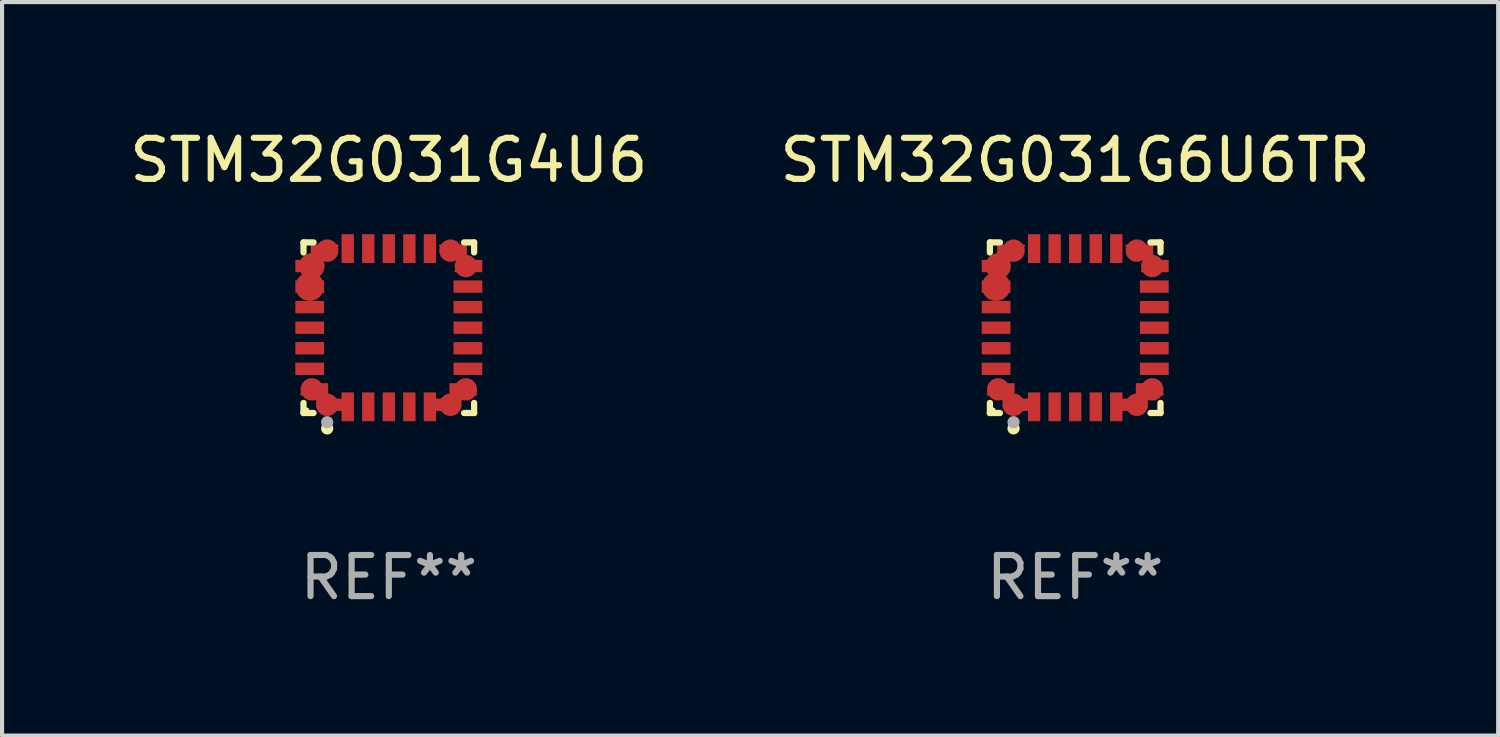
<source format=kicad_pcb>
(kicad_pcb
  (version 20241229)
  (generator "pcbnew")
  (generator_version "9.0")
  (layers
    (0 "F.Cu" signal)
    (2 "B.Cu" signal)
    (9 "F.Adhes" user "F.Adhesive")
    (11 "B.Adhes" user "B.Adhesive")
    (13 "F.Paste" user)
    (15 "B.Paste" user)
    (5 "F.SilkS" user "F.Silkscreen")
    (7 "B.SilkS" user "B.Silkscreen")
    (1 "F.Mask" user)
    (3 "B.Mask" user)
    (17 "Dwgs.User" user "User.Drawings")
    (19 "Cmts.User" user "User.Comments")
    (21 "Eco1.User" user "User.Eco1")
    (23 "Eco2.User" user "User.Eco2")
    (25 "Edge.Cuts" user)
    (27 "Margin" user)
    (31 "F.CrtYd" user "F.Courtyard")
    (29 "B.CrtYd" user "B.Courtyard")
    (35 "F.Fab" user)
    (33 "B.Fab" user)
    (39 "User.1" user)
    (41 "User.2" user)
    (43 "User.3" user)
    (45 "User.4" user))
  (footprint "STM32G031G4U6"
    (layer "F.Cu")
    (at 6.411 4.924)
    (property "Reference" "STM32G031G4U6" (at 0 -4.076 0) (layer "F.SilkS") (effects (font (size 1 1) (thickness 0.15))))
    (attr through_hole)
    (fp_line (start -2.076 -2.076) (end -1.831 -2.076) (stroke (width 0.152) (type solid)) (layer "F.SilkS"))
    (fp_line (start -2.076 -1.831) (end -2.076 -2.076) (stroke (width 0.152) (type solid)) (layer "F.SilkS"))
    (fp_line (start -2.076 1.831) (end -2.076 2.076) (stroke (width 0.152) (type solid)) (layer "F.SilkS"))
    (fp_line (start -2.076 2.076) (end -1.831 2.076) (stroke (width 0.152) (type solid)) (layer "F.SilkS"))
    (fp_line (start 2.076 -2.076) (end 1.831 -2.076) (stroke (width 0.152) (type solid)) (layer "F.SilkS"))
    (fp_line (start 2.076 -1.831) (end 2.076 -2.076) (stroke (width 0.152) (type solid)) (layer "F.SilkS"))
    (fp_line (start 2.076 1.831) (end 2.076 2.076) (stroke (width 0.152) (type solid)) (layer "F.SilkS"))
    (fp_line (start 2.076 2.076) (end 1.831 2.076) (stroke (width 0.152) (type solid)) (layer "F.SilkS"))
    (fp_circle (center -2 2) (end -1.97 2) (stroke (width 0.06) (type solid)) (fill no) (layer "F.SilkS"))
    (fp_circle (center -1.5 2.45) (end -1.425 2.45) (stroke (width 0.15) (type solid)) (fill no) (layer "F.SilkS"))
    (fp_circle (center -1.5 2.3) (end -1.425 2.3) (stroke (width 0.15) (type solid)) (fill no) (layer "F.Fab"))
    (fp_text user "REF**" (at 0 6.076 0) (layer "F.Fab") (effects (font (size 1 1) (thickness 0.15))))
    (pad "1" smd custom (at -1.5 1.875 90) (size 0.55 0.3) (layers "F.Cu" "F.Mask" "F.Paste") (options (anchor circle)) (primitives (gr_poly (pts (xy -0.15 -0.025) (xy -0.15 0.4) (xy 0.15 0.4) (xy 0.15 -0.275) (xy 0.1 -0.275)) (width 0) (fill yes))))
    (pad "2" smd rect (at -1 1.925) (size 0.3 0.7) (layers "F.Cu" "F.Mask" "F.Paste"))
    (pad "3" smd rect (at -0.5 1.925) (size 0.3 0.7) (layers "F.Cu" "F.Mask" "F.Paste"))
    (pad "4" smd rect (at 0 1.925) (size 0.3 0.7) (layers "F.Cu" "F.Mask" "F.Paste"))
    (pad "5" smd rect (at 0.5 1.925) (size 0.3 0.7) (layers "F.Cu" "F.Mask" "F.Paste"))
    (pad "6" smd rect (at 1 1.925) (size 0.3 0.7) (layers "F.Cu" "F.Mask" "F.Paste"))
    (pad "7" smd custom (at 1.5 1.875 270) (size 0.55 0.3) (layers "F.Cu" "F.Mask" "F.Paste") (options (anchor circle)) (primitives (gr_poly (pts (xy 0.15 -0.025) (xy 0.15 0.4) (xy -0.15 0.4) (xy -0.15 -0.275) (xy -0.1 -0.275)) (width 0) (fill yes))))
    (pad "8" smd custom (at 1.875 1.5 180) (size 0.55 0.3) (layers "F.Cu" "F.Mask" "F.Paste") (options (anchor circle)) (primitives (gr_poly (pts (xy -0.025 0.15) (xy 0.4 0.15) (xy 0.4 -0.15) (xy -0.275 -0.15) (xy -0.275 -0.1)) (width 0) (fill yes))))
    (pad "9" smd rect (at 1.925 1) (size 0.7 0.3) (layers "F.Cu" "F.Mask" "F.Paste"))
    (pad "10" smd rect (at 1.925 0.5) (size 0.7 0.3) (layers "F.Cu" "F.Mask" "F.Paste"))
    (pad "11" smd rect (at 1.925 0) (size 0.7 0.3) (layers "F.Cu" "F.Mask" "F.Paste"))
    (pad "12" smd rect (at 1.925 -0.5) (size 0.7 0.3) (layers "F.Cu" "F.Mask" "F.Paste"))
    (pad "13" smd rect (at 1.925 -1) (size 0.7 0.3) (layers "F.Cu" "F.Mask" "F.Paste"))
    (pad "14" smd custom (at 1.875 -1.5) (size 0.55 0.3) (layers "F.Cu" "F.Mask" "F.Paste") (options (anchor circle)) (primitives (gr_poly (pts (xy -0.025 -0.15) (xy 0.4 -0.15) (xy 0.4 0.15) (xy -0.275 0.15) (xy -0.275 0.1)) (width 0) (fill yes))))
    (pad "15" smd custom (at 1.5 -1.875 270) (size 0.55 0.3) (layers "F.Cu" "F.Mask" "F.Paste") (options (anchor circle)) (primitives (gr_poly (pts (xy 0.15 0.025) (xy 0.15 -0.4) (xy -0.15 -0.4) (xy -0.15 0.275) (xy -0.1 0.275)) (width 0) (fill yes))))
    (pad "16" smd rect (at 1 -1.925) (size 0.3 0.7) (layers "F.Cu" "F.Mask" "F.Paste"))
    (pad "17" smd rect (at 0.5 -1.925) (size 0.3 0.7) (layers "F.Cu" "F.Mask" "F.Paste"))
    (pad "18" smd rect (at 0 -1.925) (size 0.3 0.7) (layers "F.Cu" "F.Mask" "F.Paste"))
    (pad "19" smd rect (at -0.5 -1.925) (size 0.3 0.7) (layers "F.Cu" "F.Mask" "F.Paste"))
    (pad "20" smd rect (at -1 -1.925) (size 0.3 0.7) (layers "F.Cu" "F.Mask" "F.Paste"))
    (pad "21" smd custom (at -1.5 -1.875 90) (size 0.55 0.3) (layers "F.Cu" "F.Mask" "F.Paste") (options (anchor circle)) (primitives (gr_poly (pts (xy -0.15 0.025) (xy -0.15 -0.4) (xy 0.15 -0.4) (xy 0.15 0.275) (xy 0.1 0.275)) (width 0) (fill yes))))
    (pad "22" smd custom (at -1.875 -1.5) (size 0.625 0.3) (layers "F.Cu" "F.Mask" "F.Paste") (options (anchor circle)) (primitives (gr_poly (pts (xy 0.025 -0.15) (xy -0.4 -0.15) (xy -0.4 0.15) (xy 0.275 0.15) (xy 0.275 0.1)) (width 0) (fill yes))))
    (pad "23" smd custom (at -1.925 -1) (size 0.7 0.3) (layers "F.Cu" "F.Mask" "F.Paste") (options (anchor circle)) (primitives (gr_poly (pts (xy -0.35 -0.15) (xy 0.35 -0.15) (xy 0.35 0.15) (xy -0.35 0.15)) (width 0) (fill yes))))
    (pad "24" smd rect (at -1.925 -0.5) (size 0.7 0.3) (layers "F.Cu" "F.Mask" "F.Paste"))
    (pad "25" smd rect (at -1.925 0) (size 0.7 0.3) (layers "F.Cu" "F.Mask" "F.Paste"))
    (pad "26" smd rect (at -1.925 0.5) (size 0.7 0.3) (layers "F.Cu" "F.Mask" "F.Paste"))
    (pad "27" smd rect (at -1.925 1) (size 0.7 0.3) (layers "F.Cu" "F.Mask" "F.Paste"))
    (pad "28" smd custom (at -1.875 1.5 180) (size 0.55 0.3) (layers "F.Cu" "F.Mask" "F.Paste") (options (anchor circle)) (primitives (gr_poly (pts (xy 0.025 0.15) (xy -0.4 0.15) (xy -0.4 -0.15) (xy 0.275 -0.15) (xy 0.275 -0.1)) (width 0) (fill yes)))))
  (footprint "STM32G031G6U6TR"
    (layer "F.Cu")
    (at 23.113 4.924)
    (property "Reference" "STM32G031G6U6TR" (at 0 -4.076 0) (layer "F.SilkS") (effects (font (size 1 1) (thickness 0.15))))
    (attr through_hole)
    (fp_line (start -2.076 -2.076) (end -1.831 -2.076) (stroke (width 0.152) (type solid)) (layer "F.SilkS"))
    (fp_line (start -2.076 -1.831) (end -2.076 -2.076) (stroke (width 0.152) (type solid)) (layer "F.SilkS"))
    (fp_line (start -2.076 1.831) (end -2.076 2.076) (stroke (width 0.152) (type solid)) (layer "F.SilkS"))
    (fp_line (start -2.076 2.076) (end -1.831 2.076) (stroke (width 0.152) (type solid)) (layer "F.SilkS"))
    (fp_line (start 2.076 -2.076) (end 1.831 -2.076) (stroke (width 0.152) (type solid)) (layer "F.SilkS"))
    (fp_line (start 2.076 -1.831) (end 2.076 -2.076) (stroke (width 0.152) (type solid)) (layer "F.SilkS"))
    (fp_line (start 2.076 1.831) (end 2.076 2.076) (stroke (width 0.152) (type solid)) (layer "F.SilkS"))
    (fp_line (start 2.076 2.076) (end 1.831 2.076) (stroke (width 0.152) (type solid)) (layer "F.SilkS"))
    (fp_circle (center -2 2) (end -1.97 2) (stroke (width 0.06) (type solid)) (fill no) (layer "F.SilkS"))
    (fp_circle (center -1.5 2.45) (end -1.425 2.45) (stroke (width 0.15) (type solid)) (fill no) (layer "F.SilkS"))
    (fp_circle (center -1.5 2.3) (end -1.425 2.3) (stroke (width 0.15) (type solid)) (fill no) (layer "F.Fab"))
    (fp_text user "REF**" (at 0 6.076 0) (layer "F.Fab") (effects (font (size 1 1) (thickness 0.15))))
    (pad "1" smd custom (at -1.5 1.875 90) (size 0.55 0.3) (layers "F.Cu" "F.Mask" "F.Paste") (options (anchor circle)) (primitives (gr_poly (pts (xy -0.15 -0.025) (xy -0.15 0.4) (xy 0.15 0.4) (xy 0.15 -0.275) (xy 0.1 -0.275)) (width 0) (fill yes))))
    (pad "2" smd rect (at -1 1.925) (size 0.3 0.7) (layers "F.Cu" "F.Mask" "F.Paste"))
    (pad "3" smd rect (at -0.5 1.925) (size 0.3 0.7) (layers "F.Cu" "F.Mask" "F.Paste"))
    (pad "4" smd rect (at 0 1.925) (size 0.3 0.7) (layers "F.Cu" "F.Mask" "F.Paste"))
    (pad "5" smd rect (at 0.5 1.925) (size 0.3 0.7) (layers "F.Cu" "F.Mask" "F.Paste"))
    (pad "6" smd rect (at 1 1.925) (size 0.3 0.7) (layers "F.Cu" "F.Mask" "F.Paste"))
    (pad "7" smd custom (at 1.5 1.875 270) (size 0.55 0.3) (layers "F.Cu" "F.Mask" "F.Paste") (options (anchor circle)) (primitives (gr_poly (pts (xy 0.15 -0.025) (xy 0.15 0.4) (xy -0.15 0.4) (xy -0.15 -0.275) (xy -0.1 -0.275)) (width 0) (fill yes))))
    (pad "8" smd custom (at 1.875 1.5 180) (size 0.55 0.3) (layers "F.Cu" "F.Mask" "F.Paste") (options (anchor circle)) (primitives (gr_poly (pts (xy -0.025 0.15) (xy 0.4 0.15) (xy 0.4 -0.15) (xy -0.275 -0.15) (xy -0.275 -0.1)) (width 0) (fill yes))))
    (pad "9" smd rect (at 1.925 1) (size 0.7 0.3) (layers "F.Cu" "F.Mask" "F.Paste"))
    (pad "10" smd rect (at 1.925 0.5) (size 0.7 0.3) (layers "F.Cu" "F.Mask" "F.Paste"))
    (pad "11" smd rect (at 1.925 0) (size 0.7 0.3) (layers "F.Cu" "F.Mask" "F.Paste"))
    (pad "12" smd rect (at 1.925 -0.5) (size 0.7 0.3) (layers "F.Cu" "F.Mask" "F.Paste"))
    (pad "13" smd rect (at 1.925 -1) (size 0.7 0.3) (layers "F.Cu" "F.Mask" "F.Paste"))
    (pad "14" smd custom (at 1.875 -1.5) (size 0.55 0.3) (layers "F.Cu" "F.Mask" "F.Paste") (options (anchor circle)) (primitives (gr_poly (pts (xy -0.025 -0.15) (xy 0.4 -0.15) (xy 0.4 0.15) (xy -0.275 0.15) (xy -0.275 0.1)) (width 0) (fill yes))))
    (pad "15" smd custom (at 1.5 -1.875 270) (size 0.55 0.3) (layers "F.Cu" "F.Mask" "F.Paste") (options (anchor circle)) (primitives (gr_poly (pts (xy 0.15 0.025) (xy 0.15 -0.4) (xy -0.15 -0.4) (xy -0.15 0.275) (xy -0.1 0.275)) (width 0) (fill yes))))
    (pad "16" smd rect (at 1 -1.925) (size 0.3 0.7) (layers "F.Cu" "F.Mask" "F.Paste"))
    (pad "17" smd rect (at 0.5 -1.925) (size 0.3 0.7) (layers "F.Cu" "F.Mask" "F.Paste"))
    (pad "18" smd rect (at 0 -1.925) (size 0.3 0.7) (layers "F.Cu" "F.Mask" "F.Paste"))
    (pad "19" smd rect (at -0.5 -1.925) (size 0.3 0.7) (layers "F.Cu" "F.Mask" "F.Paste"))
    (pad "20" smd rect (at -1 -1.925) (size 0.3 0.7) (layers "F.Cu" "F.Mask" "F.Paste"))
    (pad "21" smd custom (at -1.5 -1.875 90) (size 0.55 0.3) (layers "F.Cu" "F.Mask" "F.Paste") (options (anchor circle)) (primitives (gr_poly (pts (xy -0.15 0.025) (xy -0.15 -0.4) (xy 0.15 -0.4) (xy 0.15 0.275) (xy 0.1 0.275)) (width 0) (fill yes))))
    (pad "22" smd custom (at -1.875 -1.5) (size 0.625 0.3) (layers "F.Cu" "F.Mask" "F.Paste") (options (anchor circle)) (primitives (gr_poly (pts (xy 0.025 -0.15) (xy -0.4 -0.15) (xy -0.4 0.15) (xy 0.275 0.15) (xy 0.275 0.1)) (width 0) (fill yes))))
    (pad "23" smd custom (at -1.925 -1) (size 0.7 0.3) (layers "F.Cu" "F.Mask" "F.Paste") (options (anchor circle)) (primitives (gr_poly (pts (xy -0.35 -0.15) (xy 0.35 -0.15) (xy 0.35 0.15) (xy -0.35 0.15)) (width 0) (fill yes))))
    (pad "24" smd rect (at -1.925 -0.5) (size 0.7 0.3) (layers "F.Cu" "F.Mask" "F.Paste"))
    (pad "25" smd rect (at -1.925 0) (size 0.7 0.3) (layers "F.Cu" "F.Mask" "F.Paste"))
    (pad "26" smd rect (at -1.925 0.5) (size 0.7 0.3) (layers "F.Cu" "F.Mask" "F.Paste"))
    (pad "27" smd rect (at -1.925 1) (size 0.7 0.3) (layers "F.Cu" "F.Mask" "F.Paste"))
    (pad "28" smd custom (at -1.875 1.5 180) (size 0.55 0.3) (layers "F.Cu" "F.Mask" "F.Paste") (options (anchor circle)) (primitives (gr_poly (pts (xy 0.025 0.15) (xy -0.4 0.15) (xy -0.4 -0.15) (xy 0.275 -0.15) (xy 0.275 -0.1)) (width 0) (fill yes)))))
  (gr_rect
    (start -3 -3)
    (end 33.405 14.849)
    (stroke (width 0.1) (type default))
    (fill no)
    (layer "Edge.Cuts")))
</source>
